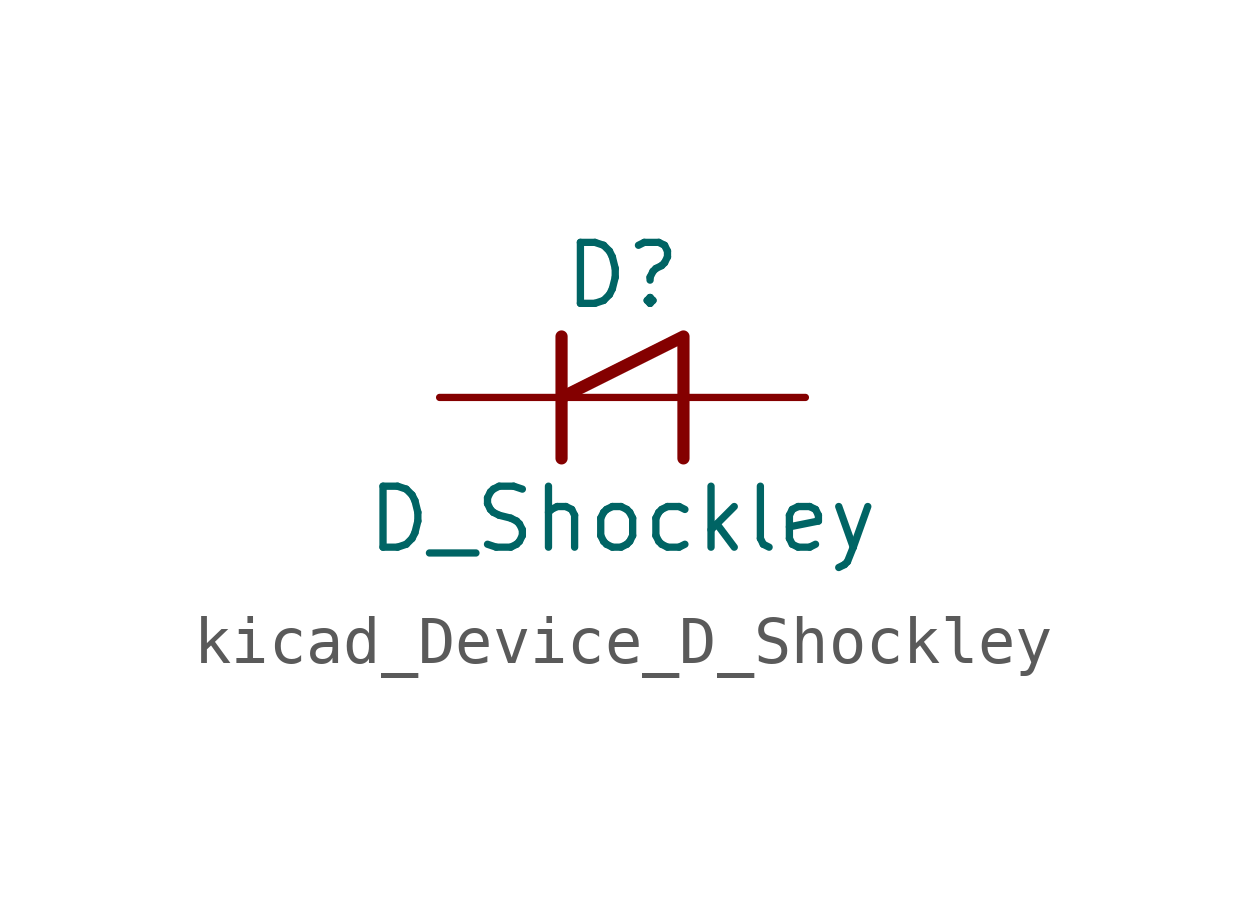
<source format=kicad_sym>
(kicad_symbol_lib
  (version 20220914)
  (generator kicad_symbol_editor)
  (symbol "kicad_Device_D_Shockley"
    (pin_numbers hide)
    (pin_names
      (offset 1.016) hide)
    (property "Reference" "D"
      (at 0 2.54 0)
      (effects (font (size 1.27 1.27))))
    (property "Value" "D_Shockley"
      (at 0 -2.54 0)
      (effects (font (size 1.27 1.27))))
    (symbol "kicad_Device_D_Shockley_0_1"
      (polyline (pts (xy -1.27 0) (xy 1.27 0)) (stroke (width 0) (type default)) (fill (type none)))
      (polyline (pts (xy -1.27 1.27) (xy -1.27 -1.27)) (stroke (width 0.254) (type default)) (fill (type none)))
      (polyline (pts (xy -1.27 0) (xy 1.27 1.27) (xy 1.27 -1.27)) (stroke (width 0.254) (type default)) (fill (type none))))
    (symbol "kicad_Device_D_Shockley_1_1"
      (pin passive line (at -3.81 0 0) (length 2.54) (name "K" (effects (font (size 1.27 1.27)))) (number "1" (effects (font (size 1.27 1.27)))))
      (pin passive line (at 3.81 0 180) (length 2.54) (name "A" (effects (font (size 1.27 1.27)))) (number "2" (effects (font (size 1.27 1.27))))))))
</source>
